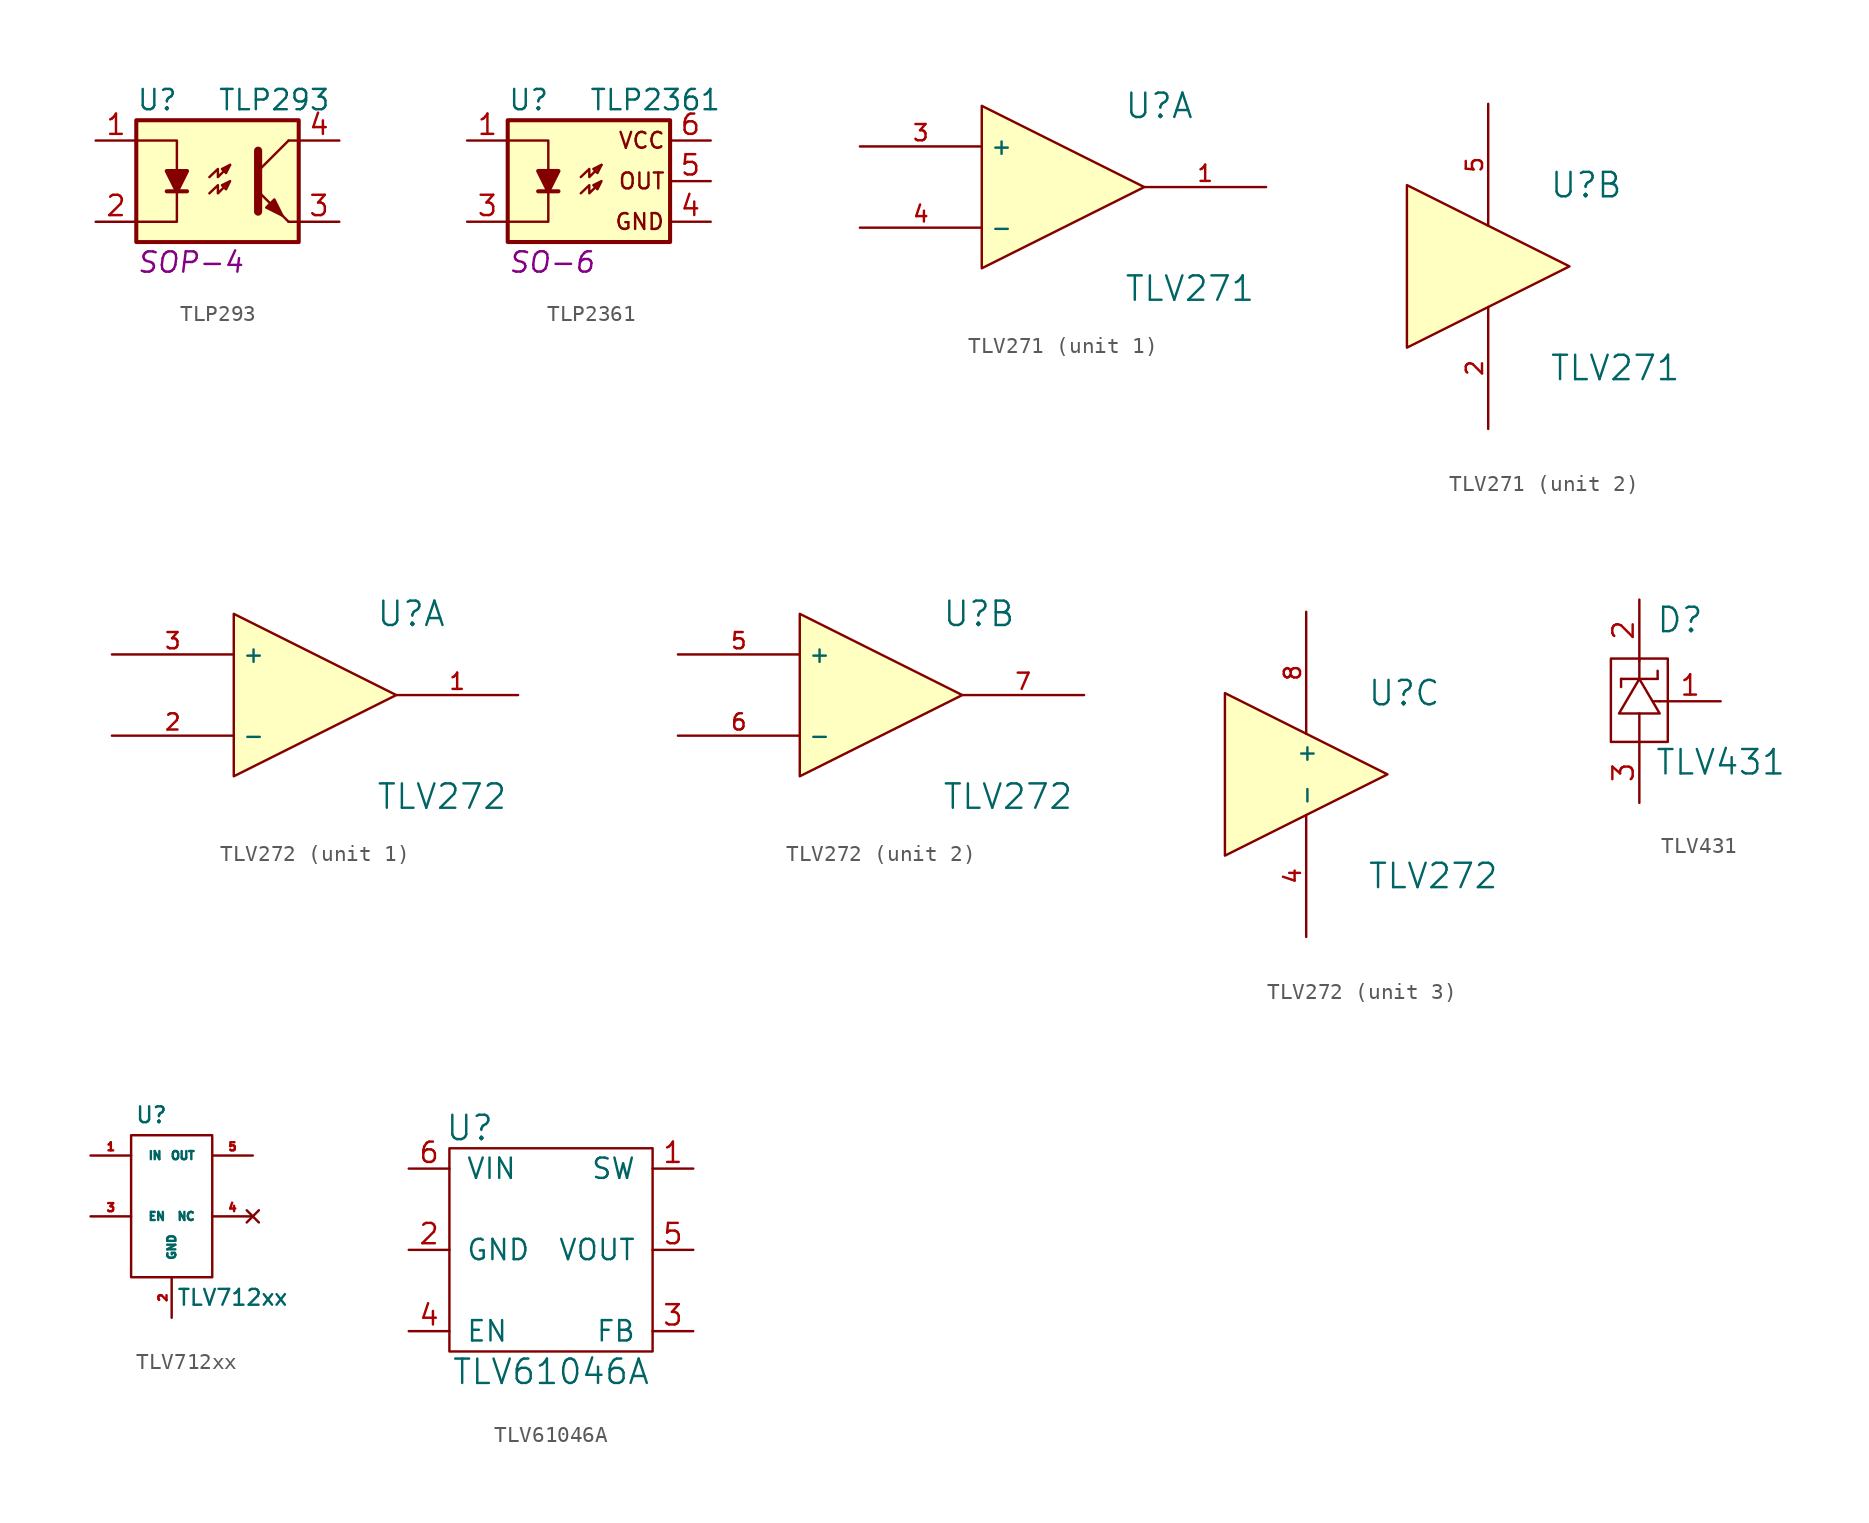
<source format=kicad_sym>
(kicad_symbol_lib
  (version 20210619)
  (generator kicad_symbol_editor)
  (symbol "tinkerforge:TLP293"
    (pin_names
      (offset 1.016))
    (property "Reference" "U"
      (at -5.08 5.08 0)
      (effects (font (size 1.27 1.27)) (justify left)))
    (property "Value" "TLP293"
      (at 0 5.08 0)
      (effects (font (size 1.27 1.27)) (justify left)))
    (property "Footprint" "SOP-4"
      (at -5.08 -5.08 0)
      (effects (font (size 1.27 1.27) italic) (justify left)))
    (property "Datasheet" ""
      (at 0 0 0)
      (effects (font (size 1.27 1.27)) (justify left)))
    (symbol "TLP293_0_1"
      (rectangle (start -5.08 3.81) (end 5.08 -3.81) (stroke (width 0.254)) (fill (type background)))
      (polyline (pts (xy -3.175 -0.635) (xy -1.905 -0.635)) (stroke (width 0.254)) (fill (type none)))
      (polyline (pts (xy 2.54 0.635) (xy 4.445 2.54)) (stroke (width 0)) (fill (type none)))
      (polyline (pts (xy 4.445 -2.54) (xy 5.08 -2.54)) (stroke (width 0)) (fill (type none)))
      (polyline (pts (xy 4.445 2.54) (xy 5.08 2.54)) (stroke (width 0)) (fill (type none)))
      (polyline (pts (xy -5.08 2.54) (xy -2.54 2.54) (xy -2.54 0.635)) (stroke (width 0)) (fill (type none)))
      (polyline (pts (xy -2.54 -0.635) (xy -2.54 -2.54) (xy -5.08 -2.54)) (stroke (width 0)) (fill (type none)))
      (polyline (pts (xy 2.54 1.905) (xy 2.54 -1.905) (xy 2.54 -1.905)) (stroke (width 0.508)) (fill (type none)))
      (polyline (pts (xy -0.508 0.254) (xy 0.025 0.762) (xy 0.025 0.254) (xy 0.787 1.016)) (stroke (width 0)) (fill (type none)))
      (polyline (pts (xy 0.787 1.016) (xy 0.279 0.762) (xy 0.533 0.508) (xy 0.787 1.016)) (stroke (width 0)) (fill (type none)))
      (polyline (pts (xy -0.508 -0.762) (xy 0.025 -0.254) (xy 0.025 -0.762) (xy 0.787 0) (xy 0.279 -0.254) (xy 0.533 -0.508) (xy 0.787 0)) (stroke (width 0)) (fill (type none)))
      (polyline (pts (xy 4.445 -2.54) (xy 2.54 -0.635)) (stroke (width 0)) (fill (type outline)))
      (polyline (pts (xy -2.54 -0.635) (xy -3.175 0.635) (xy -1.905 0.635) (xy -2.54 -0.635)) (stroke (width 0.254)) (fill (type outline)))
      (polyline (pts (xy 3.048 -1.651) (xy 3.556 -1.143) (xy 4.064 -2.159) (xy 3.048 -1.651) (xy 3.048 -1.651)) (stroke (width 0)) (fill (type outline))))
    (symbol "TLP293_1_1"
      (pin passive line (at -7.62 2.54 0) (length 2.54) (name "~" (effects (font (size 1.27 1.27)))) (number "1" (effects (font (size 1.27 1.27)))))
      (pin passive line (at -7.62 -2.54 0) (length 2.54) (name "~" (effects (font (size 1.27 1.27)))) (number "2" (effects (font (size 1.27 1.27)))))
      (pin passive line (at 7.62 -2.54 180) (length 2.54) (name "~" (effects (font (size 1.27 1.27)))) (number "3" (effects (font (size 1.27 1.27)))))
      (pin passive line (at 7.62 2.54 180) (length 2.54) (name "~" (effects (font (size 1.27 1.27)))) (number "4" (effects (font (size 1.27 1.27)))))))
  (symbol "tinkerforge:TLP2361"
    (pin_names
      (offset 1.016))
    (property "Reference" "U"
      (at -5.08 5.08 0)
      (effects (font (size 1.27 1.27)) (justify left)))
    (property "Value" "TLP2361"
      (at 0 5.08 0)
      (effects (font (size 1.27 1.27)) (justify left)))
    (property "Footprint" "SO-6"
      (at -5.08 -5.08 0)
      (effects (font (size 1.27 1.27) italic) (justify left)))
    (property "Datasheet" ""
      (at 0 0 0)
      (effects (font (size 1.27 1.27)) (justify left)))
    (symbol "TLP2361_0_0"
      (text "GND" (at 3.175 -2.54 0) (effects (font (size 0.991 0.991))))
      (text "OUT" (at 3.302 0 0) (effects (font (size 0.991 0.991))))
      (text "VCC" (at 3.302 2.54 0) (effects (font (size 0.991 0.991)))))
    (symbol "TLP2361_0_1"
      (rectangle (start -5.08 3.81) (end 5.08 -3.81) (stroke (width 0.254)) (fill (type background)))
      (polyline (pts (xy -3.175 -0.635) (xy -1.905 -0.635)) (stroke (width 0.254)) (fill (type none)))
      (polyline (pts (xy -5.08 2.54) (xy -2.54 2.54) (xy -2.54 0.635)) (stroke (width 0)) (fill (type none)))
      (polyline (pts (xy -2.54 -0.635) (xy -2.54 -2.54) (xy -5.08 -2.54)) (stroke (width 0)) (fill (type none)))
      (polyline (pts (xy -0.508 0.254) (xy 0.025 0.762) (xy 0.025 0.254) (xy 0.787 1.016)) (stroke (width 0)) (fill (type none)))
      (polyline (pts (xy 0.787 1.016) (xy 0.279 0.762) (xy 0.533 0.508) (xy 0.787 1.016)) (stroke (width 0)) (fill (type none)))
      (polyline (pts (xy -0.508 -0.762) (xy 0.025 -0.254) (xy 0.025 -0.762) (xy 0.787 0) (xy 0.279 -0.254) (xy 0.533 -0.508) (xy 0.787 0)) (stroke (width 0)) (fill (type none)))
      (polyline (pts (xy -2.54 -0.635) (xy -3.175 0.635) (xy -1.905 0.635) (xy -2.54 -0.635)) (stroke (width 0.254)) (fill (type outline))))
    (symbol "TLP2361_1_1"
      (pin passive line (at -7.62 2.54 0) (length 2.54) (name "~" (effects (font (size 1.27 1.27)))) (number "1" (effects (font (size 1.27 1.27)))))
      (pin passive line (at -7.62 -2.54 0) (length 2.54) (name "~" (effects (font (size 1.27 1.27)))) (number "3" (effects (font (size 1.27 1.27)))))
      (pin passive line (at 7.62 -2.54 180) (length 2.54) (name "~" (effects (font (size 1.27 1.27)))) (number "4" (effects (font (size 1.27 1.27)))))
      (pin passive line (at 7.62 0 180) (length 2.54) (name "~" (effects (font (size 1.27 1.27)))) (number "5" (effects (font (size 1.27 1.27)))))
      (pin passive line (at 7.62 2.54 180) (length 2.54) (name "~" (effects (font (size 1.27 1.27)))) (number "6" (effects (font (size 1.27 1.27)))))))
  (symbol "tinkerforge:TLV271"
    (property "Reference" "U"
      (at 3.81 5.08 0)
      (effects (font (size 1.524 1.524)) (justify left)))
    (property "Value" "TLV271"
      (at 3.81 -6.35 0)
      (effects (font (size 1.524 1.524)) (justify left)))
    (property "Footprint" ""
      (at 0 0 0)
      (effects (font (size 1.524 1.524))))
    (property "Datasheet" ""
      (at 0 0 0)
      (effects (font (size 1.524 1.524))))
    (property "ki_locked" ""
      (at 0 0 0)
      (effects (font (size 1.27 1.27))))
    (symbol "TLV271_0_1"
      (polyline (pts (xy -5.08 5.08) (xy 5.08 0) (xy -5.08 -5.08) (xy -5.08 5.08)) (stroke (width 0.152)) (fill (type background))))
    (symbol "TLV271_1_1"
      (pin output line (at 12.7 0 180) (length 7.62) (name "~" (effects (font (size 1.016 1.016)))) (number "1" (effects (font (size 1.016 1.016)))))
      (pin input line (at -12.7 2.54 0) (length 7.62) (name "+" (effects (font (size 1.016 1.016)))) (number "3" (effects (font (size 1.016 1.016)))))
      (pin input line (at -12.7 -2.54 0) (length 7.62) (name "-" (effects (font (size 1.016 1.016)))) (number "4" (effects (font (size 1.016 1.016))))))
    (symbol "TLV271_2_1"
      (pin passive line (at 0 -10.16 90) (length 7.62) (name "~" (effects (font (size 1.016 1.016)))) (number "2" (effects (font (size 1.016 1.016)))))
      (pin passive line (at 0 10.16 270) (length 7.62) (name "~" (effects (font (size 1.016 1.016)))) (number "5" (effects (font (size 1.016 1.016)))))))
  (symbol "tinkerforge:TLV272"
    (property "Reference" "U"
      (at 3.81 5.08 0)
      (effects (font (size 1.524 1.524)) (justify left)))
    (property "Value" "TLV272"
      (at 3.81 -6.35 0)
      (effects (font (size 1.524 1.524)) (justify left)))
    (property "Footprint" ""
      (at 0 0 0)
      (effects (font (size 1.524 1.524))))
    (property "Datasheet" ""
      (at 0 0 0)
      (effects (font (size 1.524 1.524))))
    (property "ki_locked" ""
      (at 0 0 0)
      (effects (font (size 1.27 1.27))))
    (symbol "TLV272_0_1"
      (polyline (pts (xy -5.08 5.08) (xy 5.08 0) (xy -5.08 -5.08) (xy -5.08 5.08)) (stroke (width 0.152)) (fill (type background))))
    (symbol "TLV272_1_1"
      (pin output line (at 12.7 0 180) (length 7.62) (name "~" (effects (font (size 1.016 1.016)))) (number "1" (effects (font (size 1.016 1.016)))))
      (pin input line (at -12.7 -2.54 0) (length 7.62) (name "-" (effects (font (size 1.016 1.016)))) (number "2" (effects (font (size 1.016 1.016)))))
      (pin input line (at -12.7 2.54 0) (length 7.62) (name "+" (effects (font (size 1.016 1.016)))) (number "3" (effects (font (size 1.016 1.016))))))
    (symbol "TLV272_2_1"
      (pin passive line (at -12.7 2.54 0) (length 7.62) (name "+" (effects (font (size 1.016 1.016)))) (number "5" (effects (font (size 1.016 1.016)))))
      (pin passive line (at -12.7 -2.54 0) (length 7.62) (name "-" (effects (font (size 1.016 1.016)))) (number "6" (effects (font (size 1.016 1.016)))))
      (pin passive line (at 12.7 0 180) (length 7.62) (name "~" (effects (font (size 1.016 1.016)))) (number "7" (effects (font (size 1.016 1.016))))))
    (symbol "TLV272_3_1"
      (pin input line (at 0 -10.16 90) (length 7.62) (name "-" (effects (font (size 1.016 1.016)))) (number "4" (effects (font (size 1.016 1.016)))))
      (pin input line (at 0 10.16 270) (length 7.62) (name "+" (effects (font (size 1.016 1.016)))) (number "8" (effects (font (size 1.016 1.016)))))))
  (symbol "tinkerforge:TLV431"
    (pin_names
      (offset 1.016))
    (property "Reference" "D"
      (at 2.54 5.08 0)
      (effects (font (size 1.524 1.524))))
    (property "Value" "TLV431"
      (at 5.08 -3.81 0)
      (effects (font (size 1.524 1.524))))
    (property "Footprint" ""
      (at 0 0 0)
      (effects (font (size 1.524 1.524))))
    (property "Datasheet" ""
      (at 0 0 0)
      (effects (font (size 1.524 1.524))))
    (symbol "TLV431_0_1"
      (polyline (pts (xy -1.143 1.397) (xy -1.143 0.889)) (stroke (width 0)) (fill (type none)))
      (polyline (pts (xy 0 -2.54) (xy 0 -0.762)) (stroke (width 0)) (fill (type none)))
      (polyline (pts (xy 0 2.54) (xy 0 1.397)) (stroke (width 0)) (fill (type none)))
      (polyline (pts (xy 1.143 1.397) (xy -1.143 1.397)) (stroke (width 0)) (fill (type none)))
      (polyline (pts (xy 1.143 1.397) (xy 1.143 1.905)) (stroke (width 0)) (fill (type none)))
      (polyline (pts (xy 1.27 0) (xy 0.889 0)) (stroke (width 0)) (fill (type none)))
      (polyline (pts (xy 0 1.397) (xy -1.27 -0.762) (xy 1.27 -0.762) (xy 0 1.397)) (stroke (width 0)) (fill (type none)))
      (polyline (pts (xy 0 2.667) (xy 1.778 2.667) (xy 1.778 -2.54) (xy -1.778 -2.54) (xy -1.778 2.667) (xy 0 2.667)) (stroke (width 0)) (fill (type none))))
    (symbol "TLV431_1_1"
      (pin passive line (at 5.08 0 180) (length 3.81) (name "~" (effects (font (size 1.27 1.27)))) (number "1" (effects (font (size 1.27 1.27)))))
      (pin passive line (at 0 6.35 270) (length 3.81) (name "~" (effects (font (size 1.27 1.27)))) (number "2" (effects (font (size 1.27 1.27)))))
      (pin passive line (at 0 -6.35 90) (length 3.81) (name "~" (effects (font (size 1.27 1.27)))) (number "3" (effects (font (size 1.27 1.27)))))))
  (symbol "tinkerforge:TLV712xx"
    (pin_names
      (offset 1.016))
    (property "Reference" "U"
      (at -1.27 6.35 0)
      (effects (font (size 0.991 0.991))))
    (property "Value" "TLV712xx"
      (at 3.81 -5.08 0)
      (effects (font (size 0.991 0.991))))
    (symbol "TLV712xx_0_0"
      (pin passive line (at -5.08 3.81 0) (length 2.54) (name "IN" (effects (font (size 0.508 0.508)))) (number "1" (effects (font (size 0.508 0.508)))))
      (pin passive line (at 0 -6.35 90) (length 2.54) (name "GND" (effects (font (size 0.508 0.508)))) (number "2" (effects (font (size 0.508 0.508)))))
      (pin passive line (at -5.08 0 0) (length 2.54) (name "EN" (effects (font (size 0.508 0.508)))) (number "3" (effects (font (size 0.508 0.508)))))
      (pin no_connect line (at 5.08 0 180) (length 2.54) (name "NC" (effects (font (size 0.508 0.508)))) (number "4" (effects (font (size 0.508 0.508)))))
      (pin passive line (at 5.08 3.81 180) (length 2.54) (name "OUT" (effects (font (size 0.508 0.508)))) (number "5" (effects (font (size 0.508 0.508))))))
    (symbol "TLV712xx_0_1"
      (rectangle (start -2.54 5.08) (end 2.54 -3.81) (stroke (width 0)) (fill (type none)))))
  (symbol "tinkerforge:TLV61046A"
    (pin_names
      (offset 1.016))
    (property "Reference" "U"
      (at -5.08 7.62 0)
      (effects (font (size 1.524 1.524))))
    (property "Value" "TLV61046A"
      (at 0 -7.62 0)
      (effects (font (size 1.524 1.524))))
    (symbol "TLV61046A_0_1"
      (rectangle (start -6.35 6.35) (end 6.35 -6.35) (stroke (width 0)) (fill (type none))))
    (symbol "TLV61046A_1_1"
      (pin passive line (at 8.89 5.08 180) (length 2.54) (name "SW" (effects (font (size 1.27 1.27)))) (number "1" (effects (font (size 1.27 1.27)))))
      (pin passive line (at -8.89 0 0) (length 2.54) (name "GND" (effects (font (size 1.27 1.27)))) (number "2" (effects (font (size 1.27 1.27)))))
      (pin passive line (at 8.89 -5.08 180) (length 2.54) (name "FB" (effects (font (size 1.27 1.27)))) (number "3" (effects (font (size 1.27 1.27)))))
      (pin passive line (at -8.89 -5.08 0) (length 2.54) (name "EN" (effects (font (size 1.27 1.27)))) (number "4" (effects (font (size 1.27 1.27)))))
      (pin passive line (at 8.89 0 180) (length 2.54) (name "VOUT" (effects (font (size 1.27 1.27)))) (number "5" (effects (font (size 1.27 1.27)))))
      (pin passive line (at -8.89 5.08 0) (length 2.54) (name "VIN" (effects (font (size 1.27 1.27)))) (number "6" (effects (font (size 1.27 1.27))))))))
</source>
